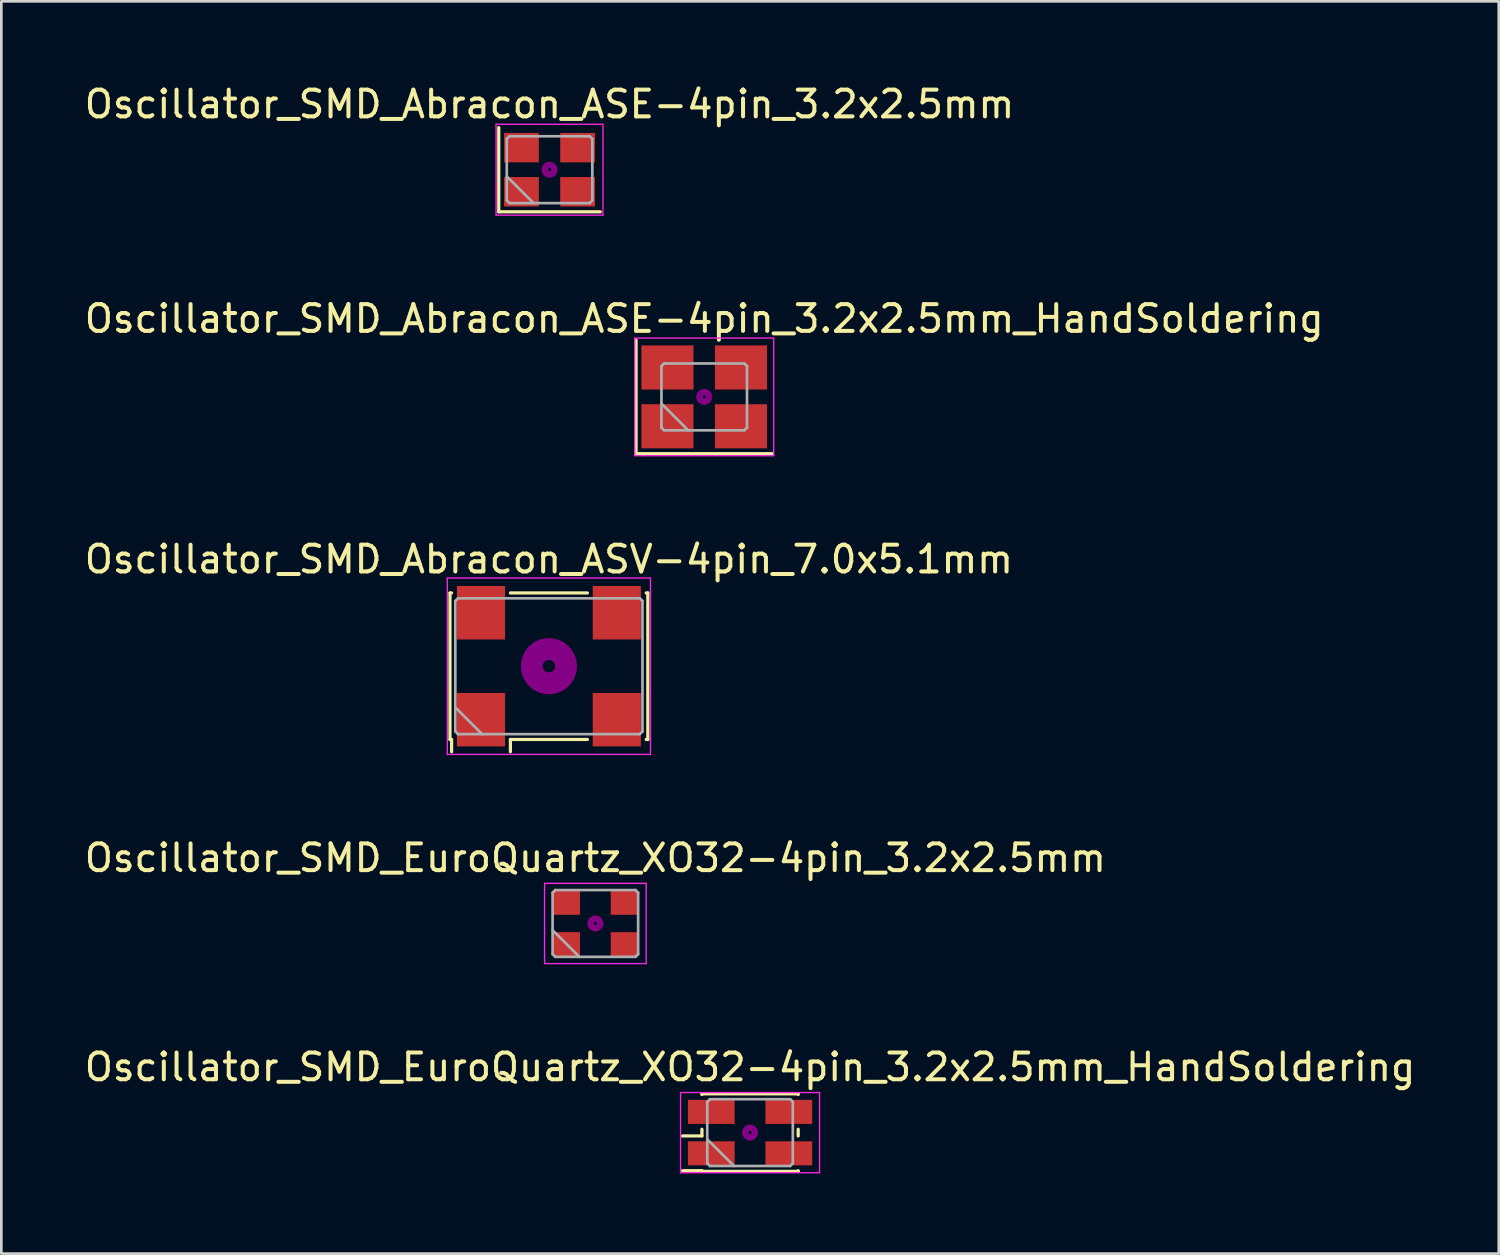
<source format=kicad_pcb>
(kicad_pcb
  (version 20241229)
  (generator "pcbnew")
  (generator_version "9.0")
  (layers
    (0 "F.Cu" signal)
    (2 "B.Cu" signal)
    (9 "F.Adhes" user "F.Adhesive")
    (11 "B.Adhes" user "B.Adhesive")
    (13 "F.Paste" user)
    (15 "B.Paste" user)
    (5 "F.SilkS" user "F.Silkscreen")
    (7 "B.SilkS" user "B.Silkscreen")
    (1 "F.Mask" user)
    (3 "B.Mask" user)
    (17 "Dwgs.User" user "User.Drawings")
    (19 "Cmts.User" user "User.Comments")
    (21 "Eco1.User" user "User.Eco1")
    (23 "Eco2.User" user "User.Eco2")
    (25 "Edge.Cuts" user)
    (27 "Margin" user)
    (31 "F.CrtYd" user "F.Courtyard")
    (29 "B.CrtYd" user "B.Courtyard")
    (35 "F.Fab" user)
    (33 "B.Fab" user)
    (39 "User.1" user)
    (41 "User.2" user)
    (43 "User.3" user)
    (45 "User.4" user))
  (footprint "Oscillator_SMD_Abracon_ASE-4pin_3.2x2.5mm"
    (layer "F.Cu")
    (at 17.506 3.298)
    (property "Reference" "Oscillator_SMD_Abracon_ASE-4pin_3.2x2.5mm" (at 0 -2.45 0) (layer "F.SilkS") (effects (font (size 1 1) (thickness 0.15))))
    (attr smd)
    (fp_line (start -1.9 -1.575) (end -1.9 1.575) (stroke (width 0.12) (type solid)) (layer "F.SilkS"))
    (fp_line (start -1.9 1.575) (end 1.9 1.575) (stroke (width 0.12) (type solid)) (layer "F.SilkS"))
    (fp_circle (center 0 0) (end 0.058 0) (stroke (width 0.117) (type solid)) (fill no) (layer "F.Adhes"))
    (fp_circle (center 0 0) (end 0.133 0) (stroke (width 0.083) (type solid)) (fill no) (layer "F.Adhes"))
    (fp_circle (center 0 0) (end 0.208 0) (stroke (width 0.083) (type solid)) (fill no) (layer "F.Adhes"))
    (fp_circle (center 0 0) (end 0.25 0) (stroke (width 0.1) (type solid)) (fill no) (layer "F.Adhes"))
    (fp_line (start -2 -1.7) (end -2 1.7) (stroke (width 0.05) (type solid)) (layer "F.CrtYd"))
    (fp_line (start -2 1.7) (end 2 1.7) (stroke (width 0.05) (type solid)) (layer "F.CrtYd"))
    (fp_line (start 2 -1.7) (end -2 -1.7) (stroke (width 0.05) (type solid)) (layer "F.CrtYd"))
    (fp_line (start 2 1.7) (end 2 -1.7) (stroke (width 0.05) (type solid)) (layer "F.CrtYd"))
    (fp_line (start -1.6 -1.15) (end -1.5 -1.25) (stroke (width 0.1) (type solid)) (layer "F.Fab"))
    (fp_line (start -1.6 0.25) (end -0.6 1.25) (stroke (width 0.1) (type solid)) (layer "F.Fab"))
    (fp_line (start -1.6 1.15) (end -1.6 -1.15) (stroke (width 0.1) (type solid)) (layer "F.Fab"))
    (fp_line (start -1.5 -1.25) (end 1.5 -1.25) (stroke (width 0.1) (type solid)) (layer "F.Fab"))
    (fp_line (start -1.5 1.25) (end -1.6 1.15) (stroke (width 0.1) (type solid)) (layer "F.Fab"))
    (fp_line (start 1.5 -1.25) (end 1.6 -1.15) (stroke (width 0.1) (type solid)) (layer "F.Fab"))
    (fp_line (start 1.5 1.25) (end -1.5 1.25) (stroke (width 0.1) (type solid)) (layer "F.Fab"))
    (fp_line (start 1.6 -1.15) (end 1.6 1.15) (stroke (width 0.1) (type solid)) (layer "F.Fab"))
    (fp_line (start 1.6 1.15) (end 1.5 1.25) (stroke (width 0.1) (type solid)) (layer "F.Fab"))
    (pad "1" smd rect (at -1.05 0.825) (size 1.3 1.1) (layers "F.Cu" "F.Mask"))
    (pad "2" smd rect (at 1.05 0.825) (size 1.3 1.1) (layers "F.Cu" "F.Mask"))
    (pad "3" smd rect (at 1.05 -0.825) (size 1.3 1.1) (layers "F.Cu" "F.Mask"))
    (pad "4" smd rect (at -1.05 -0.825) (size 1.3 1.1) (layers "F.Cu" "F.Mask")))
  (footprint "Oscillator_SMD_EuroQuartz_XO32-4pin_3.2x2.5mm"
    (layer "F.Cu")
    (at 19.22 31.493)
    (property "Reference" "Oscillator_SMD_EuroQuartz_XO32-4pin_3.2x2.5mm" (at 0 -2.45 0) (layer "F.SilkS") (effects (font (size 1 1) (thickness 0.15))))
    (attr smd)
    (fp_circle (center 0 0) (end 0.058 0) (stroke (width 0.117) (type solid)) (fill no) (layer "F.Adhes"))
    (fp_circle (center 0 0) (end 0.133 0) (stroke (width 0.083) (type solid)) (fill no) (layer "F.Adhes"))
    (fp_circle (center 0 0) (end 0.208 0) (stroke (width 0.083) (type solid)) (fill no) (layer "F.Adhes"))
    (fp_circle (center 0 0) (end 0.25 0) (stroke (width 0.1) (type solid)) (fill no) (layer "F.Adhes"))
    (fp_line (start -1.9 -1.5) (end -1.9 1.5) (stroke (width 0.05) (type solid)) (layer "F.CrtYd"))
    (fp_line (start -1.9 1.5) (end 1.9 1.5) (stroke (width 0.05) (type solid)) (layer "F.CrtYd"))
    (fp_line (start 1.9 -1.5) (end -1.9 -1.5) (stroke (width 0.05) (type solid)) (layer "F.CrtYd"))
    (fp_line (start 1.9 1.5) (end 1.9 -1.5) (stroke (width 0.05) (type solid)) (layer "F.CrtYd"))
    (fp_line (start -1.6 -1.15) (end -1.5 -1.25) (stroke (width 0.1) (type solid)) (layer "F.Fab"))
    (fp_line (start -1.6 0.25) (end -0.6 1.25) (stroke (width 0.1) (type solid)) (layer "F.Fab"))
    (fp_line (start -1.6 1.15) (end -1.6 -1.15) (stroke (width 0.1) (type solid)) (layer "F.Fab"))
    (fp_line (start -1.5 -1.25) (end 1.5 -1.25) (stroke (width 0.1) (type solid)) (layer "F.Fab"))
    (fp_line (start -1.5 1.25) (end -1.6 1.15) (stroke (width 0.1) (type solid)) (layer "F.Fab"))
    (fp_line (start 1.5 -1.25) (end 1.6 -1.15) (stroke (width 0.1) (type solid)) (layer "F.Fab"))
    (fp_line (start 1.5 1.25) (end -1.5 1.25) (stroke (width 0.1) (type solid)) (layer "F.Fab"))
    (fp_line (start 1.6 -1.15) (end 1.6 1.15) (stroke (width 0.1) (type solid)) (layer "F.Fab"))
    (fp_line (start 1.6 1.15) (end 1.5 1.25) (stroke (width 0.1) (type solid)) (layer "F.Fab"))
    (pad "1" smd rect (at -1.075 0.775) (size 1 0.9) (layers "F.Cu" "F.Mask"))
    (pad "2" smd rect (at 1.075 0.775) (size 1 0.9) (layers "F.Cu" "F.Mask"))
    (pad "3" smd rect (at 1.075 -0.775) (size 1 0.9) (layers "F.Cu" "F.Mask"))
    (pad "4" smd rect (at -1.075 -0.775) (size 1 0.9) (layers "F.Cu" "F.Mask")))
  (footprint "Oscillator_SMD_Abracon_ASE-4pin_3.2x2.5mm_HandSoldering"
    (layer "F.Cu")
    (at 23.292 11.796)
    (property "Reference" "Oscillator_SMD_Abracon_ASE-4pin_3.2x2.5mm_HandSoldering" (at 0 -2.925 0) (layer "F.SilkS") (effects (font (size 1 1) (thickness 0.15))))
    (attr smd)
    (fp_line (start -2.55 -2.125) (end -2.55 2.125) (stroke (width 0.12) (type solid)) (layer "F.SilkS"))
    (fp_line (start -2.55 2.125) (end 2.55 2.125) (stroke (width 0.12) (type solid)) (layer "F.SilkS"))
    (fp_circle (center 0 0) (end 0.058 0) (stroke (width 0.117) (type solid)) (fill no) (layer "F.Adhes"))
    (fp_circle (center 0 0) (end 0.133 0) (stroke (width 0.083) (type solid)) (fill no) (layer "F.Adhes"))
    (fp_circle (center 0 0) (end 0.208 0) (stroke (width 0.083) (type solid)) (fill no) (layer "F.Adhes"))
    (fp_circle (center 0 0) (end 0.25 0) (stroke (width 0.1) (type solid)) (fill no) (layer "F.Adhes"))
    (fp_line (start -2.6 -2.2) (end -2.6 2.2) (stroke (width 0.05) (type solid)) (layer "F.CrtYd"))
    (fp_line (start -2.6 2.2) (end 2.6 2.2) (stroke (width 0.05) (type solid)) (layer "F.CrtYd"))
    (fp_line (start 2.6 -2.2) (end -2.6 -2.2) (stroke (width 0.05) (type solid)) (layer "F.CrtYd"))
    (fp_line (start 2.6 2.2) (end 2.6 -2.2) (stroke (width 0.05) (type solid)) (layer "F.CrtYd"))
    (fp_line (start -1.6 -1.15) (end -1.5 -1.25) (stroke (width 0.1) (type solid)) (layer "F.Fab"))
    (fp_line (start -1.6 0.25) (end -0.6 1.25) (stroke (width 0.1) (type solid)) (layer "F.Fab"))
    (fp_line (start -1.6 1.15) (end -1.6 -1.15) (stroke (width 0.1) (type solid)) (layer "F.Fab"))
    (fp_line (start -1.5 -1.25) (end 1.5 -1.25) (stroke (width 0.1) (type solid)) (layer "F.Fab"))
    (fp_line (start -1.5 1.25) (end -1.6 1.15) (stroke (width 0.1) (type solid)) (layer "F.Fab"))
    (fp_line (start 1.5 -1.25) (end 1.6 -1.15) (stroke (width 0.1) (type solid)) (layer "F.Fab"))
    (fp_line (start 1.5 1.25) (end -1.5 1.25) (stroke (width 0.1) (type solid)) (layer "F.Fab"))
    (fp_line (start 1.6 -1.15) (end 1.6 1.15) (stroke (width 0.1) (type solid)) (layer "F.Fab"))
    (fp_line (start 1.6 1.15) (end 1.5 1.25) (stroke (width 0.1) (type solid)) (layer "F.Fab"))
    (pad "1" smd rect (at -1.375 1.1) (size 1.95 1.65) (layers "F.Cu" "F.Mask"))
    (pad "2" smd rect (at 1.375 1.1) (size 1.95 1.65) (layers "F.Cu" "F.Mask"))
    (pad "3" smd rect (at 1.375 -1.1) (size 1.95 1.65) (layers "F.Cu" "F.Mask"))
    (pad "4" smd rect (at -1.375 -1.1) (size 1.95 1.65) (layers "F.Cu" "F.Mask")))
  (footprint "Oscillator_SMD_Abracon_ASV-4pin_7.0x5.1mm"
    (layer "F.Cu")
    (at 17.482 21.87)
    (property "Reference" "Oscillator_SMD_Abracon_ASV-4pin_7.0x5.1mm" (at 0 -4 0) (layer "F.SilkS") (effects (font (size 1 1) (thickness 0.15))))
    (attr smd)
    (fp_line (start -3.7 -2.74) (end -3.64 -2.74) (stroke (width 0.12) (type solid)) (layer "F.SilkS"))
    (fp_line (start -3.7 2.74) (end -3.7 -2.74) (stroke (width 0.12) (type solid)) (layer "F.SilkS"))
    (fp_line (start -3.64 2.74) (end -3.7 2.74) (stroke (width 0.12) (type solid)) (layer "F.SilkS"))
    (fp_line (start -3.64 3.2) (end -3.64 2.74) (stroke (width 0.12) (type solid)) (layer "F.SilkS"))
    (fp_line (start -1.44 -2.74) (end 1.44 -2.74) (stroke (width 0.12) (type solid)) (layer "F.SilkS"))
    (fp_line (start -1.44 2.74) (end -1.44 3.2) (stroke (width 0.12) (type solid)) (layer "F.SilkS"))
    (fp_line (start 1.44 2.74) (end -1.44 2.74) (stroke (width 0.12) (type solid)) (layer "F.SilkS"))
    (fp_line (start 3.64 -2.74) (end 3.7 -2.74) (stroke (width 0.12) (type solid)) (layer "F.SilkS"))
    (fp_line (start 3.7 -2.74) (end 3.7 2.74) (stroke (width 0.12) (type solid)) (layer "F.SilkS"))
    (fp_line (start 3.7 2.74) (end 3.64 2.74) (stroke (width 0.12) (type solid)) (layer "F.SilkS"))
    (fp_circle (center 0 0) (end 0.233 0) (stroke (width 0.467) (type solid)) (fill no) (layer "F.Adhes"))
    (fp_circle (center 0 0) (end 0.533 0) (stroke (width 0.333) (type solid)) (fill no) (layer "F.Adhes"))
    (fp_circle (center 0 0) (end 0.833 0) (stroke (width 0.333) (type solid)) (fill no) (layer "F.Adhes"))
    (fp_circle (center 0 0) (end 1 0) (stroke (width 0.1) (type solid)) (fill no) (layer "F.Adhes"))
    (fp_line (start -3.8 -3.3) (end -3.8 3.3) (stroke (width 0.05) (type solid)) (layer "F.CrtYd"))
    (fp_line (start -3.8 3.3) (end 3.8 3.3) (stroke (width 0.05) (type solid)) (layer "F.CrtYd"))
    (fp_line (start 3.8 -3.3) (end -3.8 -3.3) (stroke (width 0.05) (type solid)) (layer "F.CrtYd"))
    (fp_line (start 3.8 3.3) (end 3.8 -3.3) (stroke (width 0.05) (type solid)) (layer "F.CrtYd"))
    (fp_line (start -3.5 -2.44) (end -3.4 -2.54) (stroke (width 0.1) (type solid)) (layer "F.Fab"))
    (fp_line (start -3.5 1.54) (end -2.5 2.54) (stroke (width 0.1) (type solid)) (layer "F.Fab"))
    (fp_line (start -3.5 2.44) (end -3.5 -2.44) (stroke (width 0.1) (type solid)) (layer "F.Fab"))
    (fp_line (start -3.4 -2.54) (end 3.4 -2.54) (stroke (width 0.1) (type solid)) (layer "F.Fab"))
    (fp_line (start -3.4 2.54) (end -3.5 2.44) (stroke (width 0.1) (type solid)) (layer "F.Fab"))
    (fp_line (start 3.4 -2.54) (end 3.5 -2.44) (stroke (width 0.1) (type solid)) (layer "F.Fab"))
    (fp_line (start 3.4 2.54) (end -3.4 2.54) (stroke (width 0.1) (type solid)) (layer "F.Fab"))
    (fp_line (start 3.5 -2.44) (end 3.5 2.44) (stroke (width 0.1) (type solid)) (layer "F.Fab"))
    (fp_line (start 3.5 2.44) (end 3.4 2.54) (stroke (width 0.1) (type solid)) (layer "F.Fab"))
    (pad "1" smd rect (at -2.54 2) (size 1.8 2) (layers "F.Cu" "F.Mask"))
    (pad "2" smd rect (at 2.54 2) (size 1.8 2) (layers "F.Cu" "F.Mask"))
    (pad "3" smd rect (at 2.54 -2) (size 1.8 2) (layers "F.Cu" "F.Mask"))
    (pad "4" smd rect (at -2.54 -2) (size 1.8 2) (layers "F.Cu" "F.Mask")))
  (footprint "Oscillator_SMD_EuroQuartz_XO32-4pin_3.2x2.5mm_HandSoldering"
    (layer "F.Cu")
    (at 25.006 39.316)
    (property "Reference" "Oscillator_SMD_EuroQuartz_XO32-4pin_3.2x2.5mm_HandSoldering" (at 0 -2.45 0) (layer "F.SilkS") (effects (font (size 1 1) (thickness 0.15))))
    (attr smd)
    (fp_line (start -2.525 0.125) (end -1.8 0.125) (stroke (width 0.12) (type solid)) (layer "F.SilkS"))
    (fp_line (start -2.525 1.425) (end -1.8 1.425) (stroke (width 0.12) (type solid)) (layer "F.SilkS"))
    (fp_line (start -1.8 -1.45) (end 1.8 -1.45) (stroke (width 0.12) (type solid)) (layer "F.SilkS"))
    (fp_line (start -1.8 -1.425) (end -1.8 -1.45) (stroke (width 0.12) (type solid)) (layer "F.SilkS"))
    (fp_line (start -1.8 0.125) (end -1.8 -0.125) (stroke (width 0.12) (type solid)) (layer "F.SilkS"))
    (fp_line (start -1.8 1.425) (end -1.8 1.45) (stroke (width 0.12) (type solid)) (layer "F.SilkS"))
    (fp_line (start -1.8 1.45) (end 1.8 1.45) (stroke (width 0.12) (type solid)) (layer "F.SilkS"))
    (fp_line (start 1.8 -1.45) (end 1.8 -1.425) (stroke (width 0.12) (type solid)) (layer "F.SilkS"))
    (fp_line (start 1.8 -0.125) (end 1.8 0.125) (stroke (width 0.12) (type solid)) (layer "F.SilkS"))
    (fp_line (start 1.8 1.45) (end 1.8 1.425) (stroke (width 0.12) (type solid)) (layer "F.SilkS"))
    (fp_circle (center 0 0) (end 0.058 0) (stroke (width 0.117) (type solid)) (fill no) (layer "F.Adhes"))
    (fp_circle (center 0 0) (end 0.133 0) (stroke (width 0.083) (type solid)) (fill no) (layer "F.Adhes"))
    (fp_circle (center 0 0) (end 0.208 0) (stroke (width 0.083) (type solid)) (fill no) (layer "F.Adhes"))
    (fp_circle (center 0 0) (end 0.25 0) (stroke (width 0.1) (type solid)) (fill no) (layer "F.Adhes"))
    (fp_line (start -2.6 -1.5) (end -2.6 1.5) (stroke (width 0.05) (type solid)) (layer "F.CrtYd"))
    (fp_line (start -2.6 1.5) (end 2.6 1.5) (stroke (width 0.05) (type solid)) (layer "F.CrtYd"))
    (fp_line (start 2.6 -1.5) (end -2.6 -1.5) (stroke (width 0.05) (type solid)) (layer "F.CrtYd"))
    (fp_line (start 2.6 1.5) (end 2.6 -1.5) (stroke (width 0.05) (type solid)) (layer "F.CrtYd"))
    (fp_line (start -1.6 -1.15) (end -1.5 -1.25) (stroke (width 0.1) (type solid)) (layer "F.Fab"))
    (fp_line (start -1.6 0.25) (end -0.6 1.25) (stroke (width 0.1) (type solid)) (layer "F.Fab"))
    (fp_line (start -1.6 1.15) (end -1.6 -1.15) (stroke (width 0.1) (type solid)) (layer "F.Fab"))
    (fp_line (start -1.5 -1.25) (end 1.5 -1.25) (stroke (width 0.1) (type solid)) (layer "F.Fab"))
    (fp_line (start -1.5 1.25) (end -1.6 1.15) (stroke (width 0.1) (type solid)) (layer "F.Fab"))
    (fp_line (start 1.5 -1.25) (end 1.6 -1.15) (stroke (width 0.1) (type solid)) (layer "F.Fab"))
    (fp_line (start 1.5 1.25) (end -1.5 1.25) (stroke (width 0.1) (type solid)) (layer "F.Fab"))
    (fp_line (start 1.6 -1.15) (end 1.6 1.15) (stroke (width 0.1) (type solid)) (layer "F.Fab"))
    (fp_line (start 1.6 1.15) (end 1.5 1.25) (stroke (width 0.1) (type solid)) (layer "F.Fab"))
    (pad "1" smd rect (at -1.45 0.775) (size 1.75 0.9) (layers "F.Cu" "F.Mask"))
    (pad "2" smd rect (at 1.45 0.775) (size 1.75 0.9) (layers "F.Cu" "F.Mask"))
    (pad "3" smd rect (at 1.45 -0.775) (size 1.75 0.9) (layers "F.Cu" "F.Mask"))
    (pad "4" smd rect (at -1.45 -0.775) (size 1.75 0.9) (layers "F.Cu" "F.Mask")))
  (gr_rect
    (start -3 -3)
    (end 53.012 43.841)
    (stroke (width 0.1) (type default))
    (fill no)
    (layer "Edge.Cuts")))
</source>
